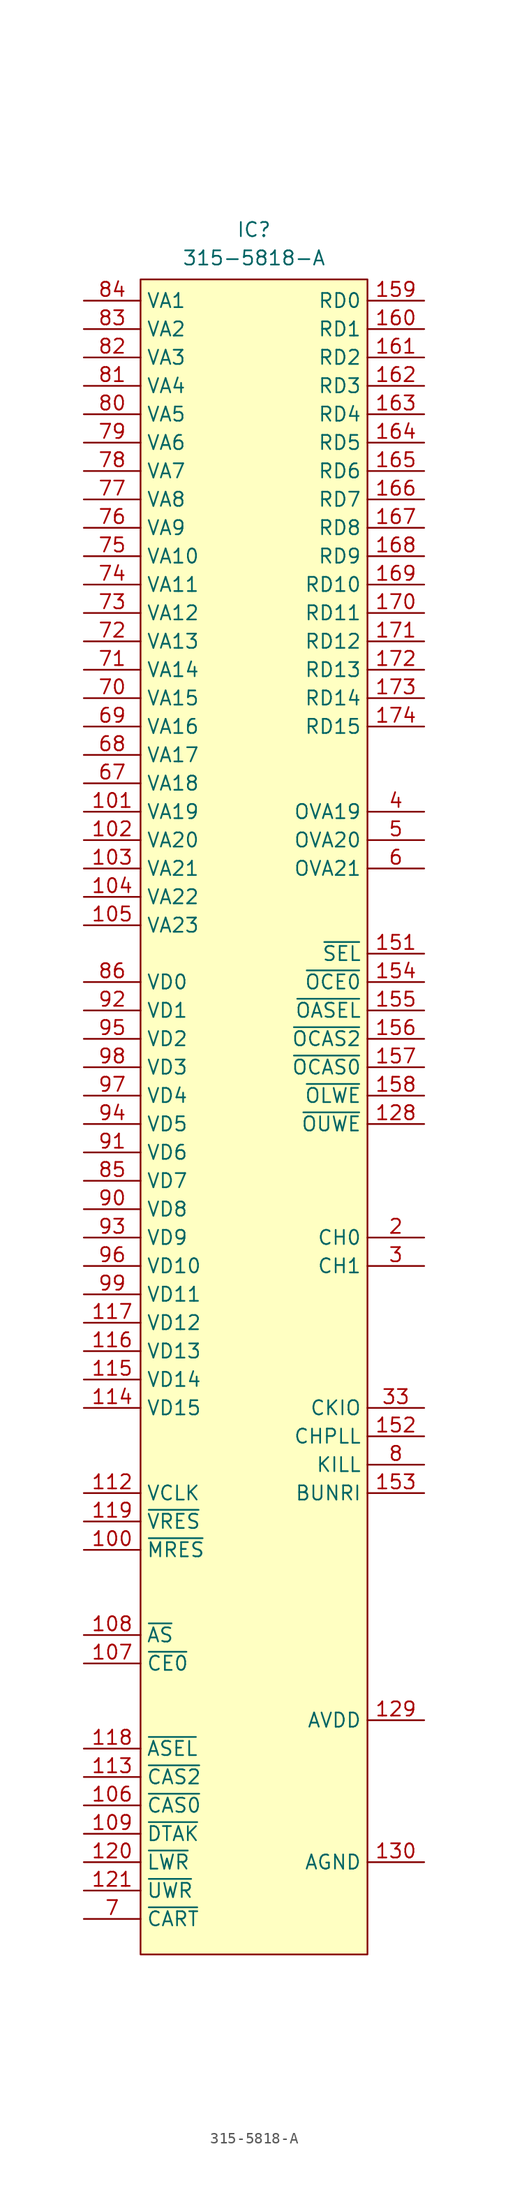
<source format=kicad_sym>
(kicad_symbol_lib
  (version 20220914)
  (generator kicad_symbol_editor)
  (symbol "315-5818-A"
    (property "Reference" "IC"
      (at 0 4.445 0)
      (effects (font (size 1.27 1.27))))
    (property "Value" "315-5818-A"
      (at 0 1.905 0)
      (effects (font (size 1.27 1.27))))
    (symbol "315-5818-A_1_1"
      (rectangle (start -10.16 0) (end 10.16 -149.86) (stroke (width 0) (type default)) (fill (type background)))
      (pin input line (at -15.24 -113.665 0) (length 5.08) (name "~{MRES}" (effects (font (size 1.27 1.27)))) (number "100" (effects (font (size 1.27 1.27)))))
      (pin input line (at -15.24 -47.625 0) (length 5.08) (name "VA19" (effects (font (size 1.27 1.27)))) (number "101" (effects (font (size 1.27 1.27)))))
      (pin input line (at -15.24 -50.165 0) (length 5.08) (name "VA20" (effects (font (size 1.27 1.27)))) (number "102" (effects (font (size 1.27 1.27)))))
      (pin input line (at -15.24 -52.705 0) (length 5.08) (name "VA21" (effects (font (size 1.27 1.27)))) (number "103" (effects (font (size 1.27 1.27)))))
      (pin input line (at -15.24 -55.245 0) (length 5.08) (name "VA22" (effects (font (size 1.27 1.27)))) (number "104" (effects (font (size 1.27 1.27)))))
      (pin input line (at -15.24 -57.785 0) (length 5.08) (name "VA23" (effects (font (size 1.27 1.27)))) (number "105" (effects (font (size 1.27 1.27)))))
      (pin input line (at -15.24 -136.525 0) (length 5.08) (name "~{CAS0}" (effects (font (size 1.27 1.27)))) (number "106" (effects (font (size 1.27 1.27)))))
      (pin input line (at -15.24 -123.825 0) (length 5.08) (name "~{CE0}" (effects (font (size 1.27 1.27)))) (number "107" (effects (font (size 1.27 1.27)))))
      (pin input line (at -15.24 -121.285 0) (length 5.08) (name "~{AS}" (effects (font (size 1.27 1.27)))) (number "108" (effects (font (size 1.27 1.27)))))
      (pin input line (at -15.24 -139.065 0) (length 5.08) (name "~{DTAK}" (effects (font (size 1.27 1.27)))) (number "109" (effects (font (size 1.27 1.27)))))
      (pin input line (at -15.24 -108.585 0) (length 5.08) (name "VCLK" (effects (font (size 1.27 1.27)))) (number "112" (effects (font (size 1.27 1.27)))))
      (pin input line (at -15.24 -133.985 0) (length 5.08) (name "~{CAS2}" (effects (font (size 1.27 1.27)))) (number "113" (effects (font (size 1.27 1.27)))))
      (pin input line (at -15.24 -100.965 0) (length 5.08) (name "VD15" (effects (font (size 1.27 1.27)))) (number "114" (effects (font (size 1.27 1.27)))))
      (pin input line (at -15.24 -98.425 0) (length 5.08) (name "VD14" (effects (font (size 1.27 1.27)))) (number "115" (effects (font (size 1.27 1.27)))))
      (pin input line (at -15.24 -95.885 0) (length 5.08) (name "VD13" (effects (font (size 1.27 1.27)))) (number "116" (effects (font (size 1.27 1.27)))))
      (pin input line (at -15.24 -93.345 0) (length 5.08) (name "VD12" (effects (font (size 1.27 1.27)))) (number "117" (effects (font (size 1.27 1.27)))))
      (pin input line (at -15.24 -131.445 0) (length 5.08) (name "~{ASEL}" (effects (font (size 1.27 1.27)))) (number "118" (effects (font (size 1.27 1.27)))))
      (pin input line (at -15.24 -111.125 0) (length 5.08) (name "~{VRES}" (effects (font (size 1.27 1.27)))) (number "119" (effects (font (size 1.27 1.27)))))
      (pin input line (at -15.24 -141.605 0) (length 5.08) (name "~{LWR}" (effects (font (size 1.27 1.27)))) (number "120" (effects (font (size 1.27 1.27)))))
      (pin input line (at -15.24 -144.145 0) (length 5.08) (name "~{UWR}" (effects (font (size 1.27 1.27)))) (number "121" (effects (font (size 1.27 1.27)))))
      (pin input line (at 15.24 -75.565 180) (length 5.08) (name "~{OUWE}" (effects (font (size 1.27 1.27)))) (number "128" (effects (font (size 1.27 1.27)))))
      (pin input line (at 15.24 -128.905 180) (length 5.08) (name "AVDD" (effects (font (size 1.27 1.27)))) (number "129" (effects (font (size 1.27 1.27)))))
      (pin input line (at 15.24 -141.605 180) (length 5.08) (name "AGND" (effects (font (size 1.27 1.27)))) (number "130" (effects (font (size 1.27 1.27)))))
      (pin input line (at 15.24 -60.325 180) (length 5.08) (name "~{SEL}" (effects (font (size 1.27 1.27)))) (number "151" (effects (font (size 1.27 1.27)))))
      (pin input line (at 15.24 -103.505 180) (length 5.08) (name "CHPLL" (effects (font (size 1.27 1.27)))) (number "152" (effects (font (size 1.27 1.27)))))
      (pin input line (at 15.24 -108.585 180) (length 5.08) (name "BUNRI" (effects (font (size 1.27 1.27)))) (number "153" (effects (font (size 1.27 1.27)))))
      (pin input line (at 15.24 -62.865 180) (length 5.08) (name "~{OCE0}" (effects (font (size 1.27 1.27)))) (number "154" (effects (font (size 1.27 1.27)))))
      (pin input line (at 15.24 -65.405 180) (length 5.08) (name "~{OASEL}" (effects (font (size 1.27 1.27)))) (number "155" (effects (font (size 1.27 1.27)))))
      (pin input line (at 15.24 -67.945 180) (length 5.08) (name "~{OCAS2}" (effects (font (size 1.27 1.27)))) (number "156" (effects (font (size 1.27 1.27)))))
      (pin input line (at 15.24 -70.485 180) (length 5.08) (name "~{OCAS0}" (effects (font (size 1.27 1.27)))) (number "157" (effects (font (size 1.27 1.27)))))
      (pin input line (at 15.24 -73.025 180) (length 5.08) (name "~{OLWE}" (effects (font (size 1.27 1.27)))) (number "158" (effects (font (size 1.27 1.27)))))
      (pin input line (at 15.24 -1.905 180) (length 5.08) (name "RD0" (effects (font (size 1.27 1.27)))) (number "159" (effects (font (size 1.27 1.27)))))
      (pin input line (at 15.24 -4.445 180) (length 5.08) (name "RD1" (effects (font (size 1.27 1.27)))) (number "160" (effects (font (size 1.27 1.27)))))
      (pin input line (at 15.24 -6.985 180) (length 5.08) (name "RD2" (effects (font (size 1.27 1.27)))) (number "161" (effects (font (size 1.27 1.27)))))
      (pin input line (at 15.24 -9.525 180) (length 5.08) (name "RD3" (effects (font (size 1.27 1.27)))) (number "162" (effects (font (size 1.27 1.27)))))
      (pin input line (at 15.24 -12.065 180) (length 5.08) (name "RD4" (effects (font (size 1.27 1.27)))) (number "163" (effects (font (size 1.27 1.27)))))
      (pin input line (at 15.24 -14.605 180) (length 5.08) (name "RD5" (effects (font (size 1.27 1.27)))) (number "164" (effects (font (size 1.27 1.27)))))
      (pin input line (at 15.24 -17.145 180) (length 5.08) (name "RD6" (effects (font (size 1.27 1.27)))) (number "165" (effects (font (size 1.27 1.27)))))
      (pin input line (at 15.24 -19.685 180) (length 5.08) (name "RD7" (effects (font (size 1.27 1.27)))) (number "166" (effects (font (size 1.27 1.27)))))
      (pin input line (at 15.24 -22.225 180) (length 5.08) (name "RD8" (effects (font (size 1.27 1.27)))) (number "167" (effects (font (size 1.27 1.27)))))
      (pin input line (at 15.24 -24.765 180) (length 5.08) (name "RD9" (effects (font (size 1.27 1.27)))) (number "168" (effects (font (size 1.27 1.27)))))
      (pin input line (at 15.24 -27.305 180) (length 5.08) (name "RD10" (effects (font (size 1.27 1.27)))) (number "169" (effects (font (size 1.27 1.27)))))
      (pin input line (at 15.24 -29.845 180) (length 5.08) (name "RD11" (effects (font (size 1.27 1.27)))) (number "170" (effects (font (size 1.27 1.27)))))
      (pin input line (at 15.24 -32.385 180) (length 5.08) (name "RD12" (effects (font (size 1.27 1.27)))) (number "171" (effects (font (size 1.27 1.27)))))
      (pin input line (at 15.24 -34.925 180) (length 5.08) (name "RD13" (effects (font (size 1.27 1.27)))) (number "172" (effects (font (size 1.27 1.27)))))
      (pin input line (at 15.24 -37.465 180) (length 5.08) (name "RD14" (effects (font (size 1.27 1.27)))) (number "173" (effects (font (size 1.27 1.27)))))
      (pin input line (at 15.24 -40.005 180) (length 5.08) (name "RD15" (effects (font (size 1.27 1.27)))) (number "174" (effects (font (size 1.27 1.27)))))
      (pin input line (at 15.24 -85.725 180) (length 5.08) (name "CH0" (effects (font (size 1.27 1.27)))) (number "2" (effects (font (size 1.27 1.27)))))
      (pin input line (at 15.24 -88.265 180) (length 5.08) (name "CH1" (effects (font (size 1.27 1.27)))) (number "3" (effects (font (size 1.27 1.27)))))
      (pin input line (at 15.24 -100.965 180) (length 5.08) (name "CKIO" (effects (font (size 1.27 1.27)))) (number "33" (effects (font (size 1.27 1.27)))))
      (pin input line (at 15.24 -47.625 180) (length 5.08) (name "OVA19" (effects (font (size 1.27 1.27)))) (number "4" (effects (font (size 1.27 1.27)))))
      (pin input line (at 15.24 -50.165 180) (length 5.08) (name "OVA20" (effects (font (size 1.27 1.27)))) (number "5" (effects (font (size 1.27 1.27)))))
      (pin input line (at 15.24 -52.705 180) (length 5.08) (name "OVA21" (effects (font (size 1.27 1.27)))) (number "6" (effects (font (size 1.27 1.27)))))
      (pin input line (at -15.24 -45.085 0) (length 5.08) (name "VA18" (effects (font (size 1.27 1.27)))) (number "67" (effects (font (size 1.27 1.27)))))
      (pin input line (at -15.24 -42.545 0) (length 5.08) (name "VA17" (effects (font (size 1.27 1.27)))) (number "68" (effects (font (size 1.27 1.27)))))
      (pin input line (at -15.24 -40.005 0) (length 5.08) (name "VA16" (effects (font (size 1.27 1.27)))) (number "69" (effects (font (size 1.27 1.27)))))
      (pin input line (at -15.24 -146.685 0) (length 5.08) (name "~{CART}" (effects (font (size 1.27 1.27)))) (number "7" (effects (font (size 1.27 1.27)))))
      (pin input line (at -15.24 -37.465 0) (length 5.08) (name "VA15" (effects (font (size 1.27 1.27)))) (number "70" (effects (font (size 1.27 1.27)))))
      (pin input line (at -15.24 -34.925 0) (length 5.08) (name "VA14" (effects (font (size 1.27 1.27)))) (number "71" (effects (font (size 1.27 1.27)))))
      (pin input line (at -15.24 -32.385 0) (length 5.08) (name "VA13" (effects (font (size 1.27 1.27)))) (number "72" (effects (font (size 1.27 1.27)))))
      (pin input line (at -15.24 -29.845 0) (length 5.08) (name "VA12" (effects (font (size 1.27 1.27)))) (number "73" (effects (font (size 1.27 1.27)))))
      (pin input line (at -15.24 -27.305 0) (length 5.08) (name "VA11" (effects (font (size 1.27 1.27)))) (number "74" (effects (font (size 1.27 1.27)))))
      (pin input line (at -15.24 -24.765 0) (length 5.08) (name "VA10" (effects (font (size 1.27 1.27)))) (number "75" (effects (font (size 1.27 1.27)))))
      (pin input line (at -15.24 -22.225 0) (length 5.08) (name "VA9" (effects (font (size 1.27 1.27)))) (number "76" (effects (font (size 1.27 1.27)))))
      (pin input line (at -15.24 -19.685 0) (length 5.08) (name "VA8" (effects (font (size 1.27 1.27)))) (number "77" (effects (font (size 1.27 1.27)))))
      (pin input line (at -15.24 -17.145 0) (length 5.08) (name "VA7" (effects (font (size 1.27 1.27)))) (number "78" (effects (font (size 1.27 1.27)))))
      (pin input line (at -15.24 -14.605 0) (length 5.08) (name "VA6" (effects (font (size 1.27 1.27)))) (number "79" (effects (font (size 1.27 1.27)))))
      (pin input line (at 15.24 -106.045 180) (length 5.08) (name "KILL" (effects (font (size 1.27 1.27)))) (number "8" (effects (font (size 1.27 1.27)))))
      (pin input line (at -15.24 -12.065 0) (length 5.08) (name "VA5" (effects (font (size 1.27 1.27)))) (number "80" (effects (font (size 1.27 1.27)))))
      (pin input line (at -15.24 -9.525 0) (length 5.08) (name "VA4" (effects (font (size 1.27 1.27)))) (number "81" (effects (font (size 1.27 1.27)))))
      (pin input line (at -15.24 -6.985 0) (length 5.08) (name "VA3" (effects (font (size 1.27 1.27)))) (number "82" (effects (font (size 1.27 1.27)))))
      (pin input line (at -15.24 -4.445 0) (length 5.08) (name "VA2" (effects (font (size 1.27 1.27)))) (number "83" (effects (font (size 1.27 1.27)))))
      (pin input line (at -15.24 -1.905 0) (length 5.08) (name "VA1" (effects (font (size 1.27 1.27)))) (number "84" (effects (font (size 1.27 1.27)))))
      (pin input line (at -15.24 -80.645 0) (length 5.08) (name "VD7" (effects (font (size 1.27 1.27)))) (number "85" (effects (font (size 1.27 1.27)))))
      (pin input line (at -15.24 -62.865 0) (length 5.08) (name "VD0" (effects (font (size 1.27 1.27)))) (number "86" (effects (font (size 1.27 1.27)))))
      (pin input line (at -15.24 -83.185 0) (length 5.08) (name "VD8" (effects (font (size 1.27 1.27)))) (number "90" (effects (font (size 1.27 1.27)))))
      (pin input line (at -15.24 -78.105 0) (length 5.08) (name "VD6" (effects (font (size 1.27 1.27)))) (number "91" (effects (font (size 1.27 1.27)))))
      (pin input line (at -15.24 -65.405 0) (length 5.08) (name "VD1" (effects (font (size 1.27 1.27)))) (number "92" (effects (font (size 1.27 1.27)))))
      (pin input line (at -15.24 -85.725 0) (length 5.08) (name "VD9" (effects (font (size 1.27 1.27)))) (number "93" (effects (font (size 1.27 1.27)))))
      (pin input line (at -15.24 -75.565 0) (length 5.08) (name "VD5" (effects (font (size 1.27 1.27)))) (number "94" (effects (font (size 1.27 1.27)))))
      (pin input line (at -15.24 -67.945 0) (length 5.08) (name "VD2" (effects (font (size 1.27 1.27)))) (number "95" (effects (font (size 1.27 1.27)))))
      (pin input line (at -15.24 -88.265 0) (length 5.08) (name "VD10" (effects (font (size 1.27 1.27)))) (number "96" (effects (font (size 1.27 1.27)))))
      (pin input line (at -15.24 -73.025 0) (length 5.08) (name "VD4" (effects (font (size 1.27 1.27)))) (number "97" (effects (font (size 1.27 1.27)))))
      (pin input line (at -15.24 -70.485 0) (length 5.08) (name "VD3" (effects (font (size 1.27 1.27)))) (number "98" (effects (font (size 1.27 1.27)))))
      (pin input line (at -15.24 -90.805 0) (length 5.08) (name "VD11" (effects (font (size 1.27 1.27)))) (number "99" (effects (font (size 1.27 1.27))))))))
</source>
